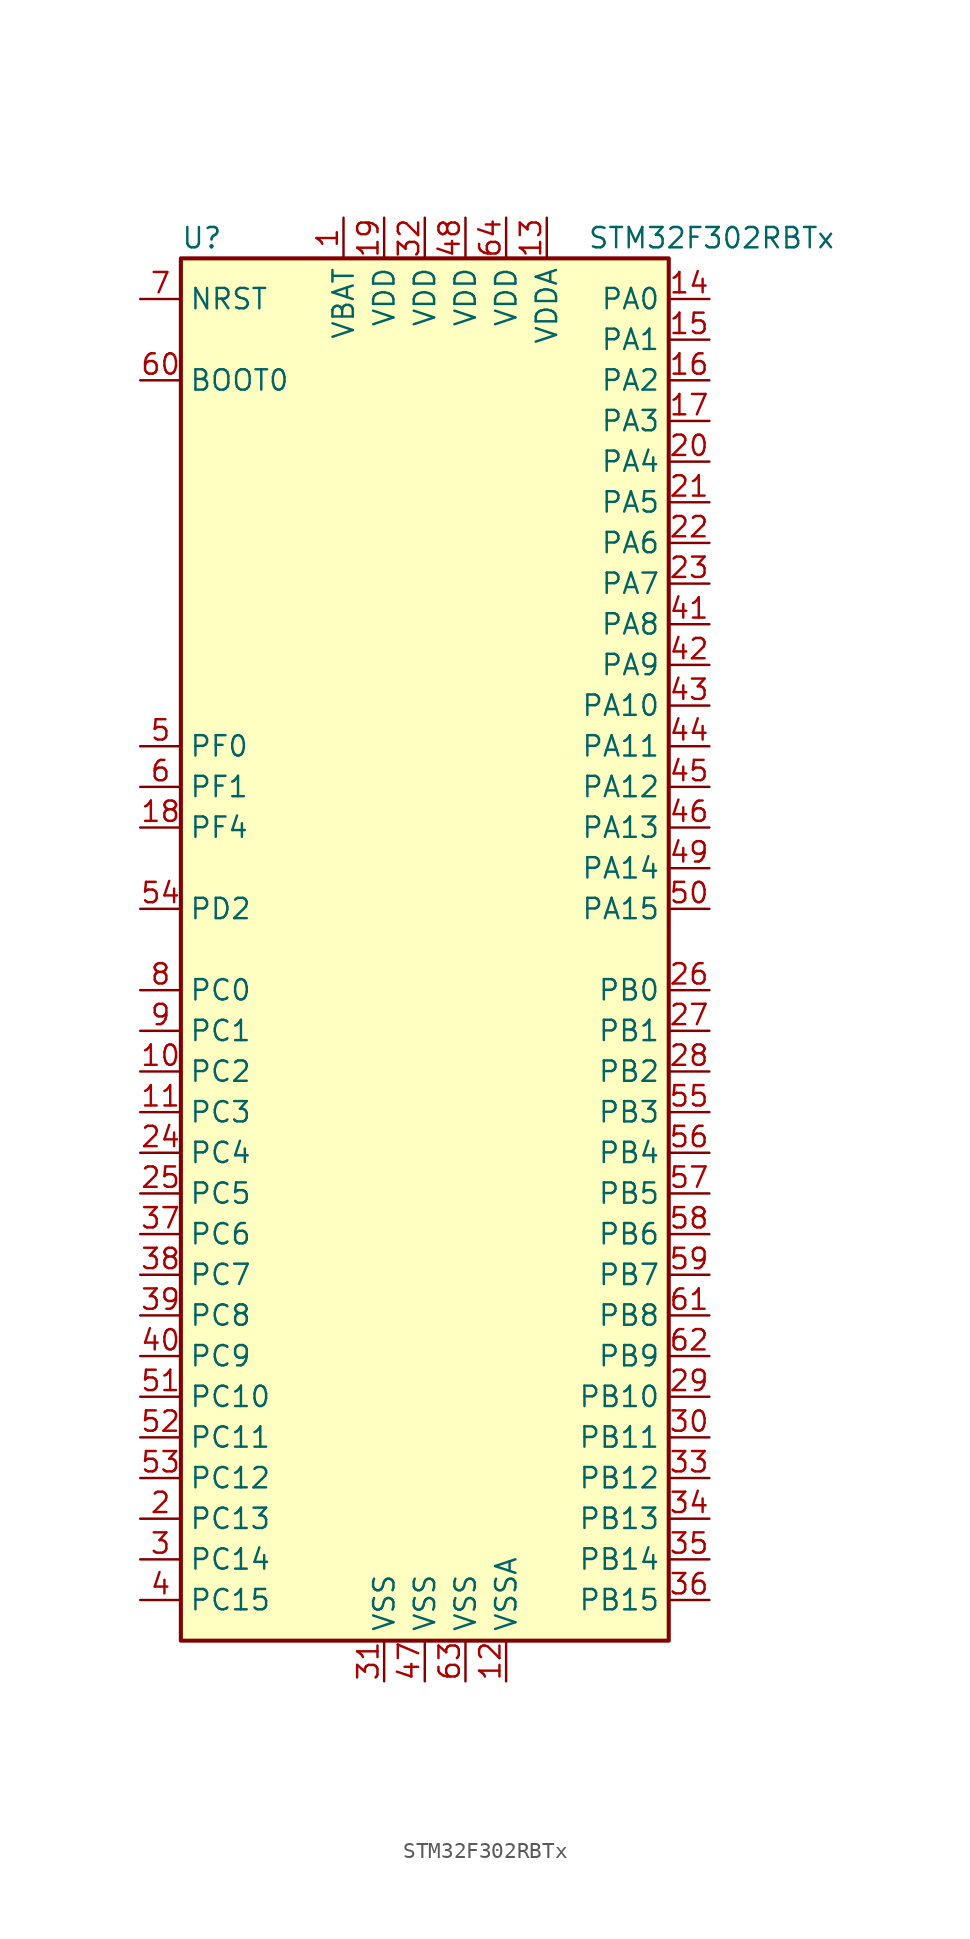
<source format=kicad_sym>
(kicad_symbol_lib
  (version 20211014)
  (generator kicad_symbol_editor)
  (symbol "STM32F302RBTx"
    (property "Reference" "U"
      (at -15.24 44.45 0)
      (effects (font (size 1.27 1.27)) (justify left)))
    (property "Value" "STM32F302RBTx"
      (at 10.16 44.45 0)
      (effects (font (size 1.27 1.27)) (justify left)))
    (symbol "STM32F302RBTx_0_1"
      (rectangle (start -15.24 -43.18) (end 15.24 43.18) (stroke (width 0.254) (type default) (color 0 0 0 0)) (fill (type background))))
    (symbol "STM32F302RBTx_1_1"
      (pin power_in line (at -5.08 45.72 270) (length 2.54) (name "VBAT" (effects (font (size 1.27 1.27)))) (number "1" (effects (font (size 1.27 1.27)))))
      (pin bidirectional line (at -17.78 -7.62 0) (length 2.54) (name "PC2" (effects (font (size 1.27 1.27)))) (number "10" (effects (font (size 1.27 1.27)))))
      (pin bidirectional line (at -17.78 -10.16 0) (length 2.54) (name "PC3" (effects (font (size 1.27 1.27)))) (number "11" (effects (font (size 1.27 1.27)))))
      (pin power_in line (at 5.08 -45.72 90) (length 2.54) (name "VSSA" (effects (font (size 1.27 1.27)))) (number "12" (effects (font (size 1.27 1.27)))))
      (pin power_in line (at 7.62 45.72 270) (length 2.54) (name "VDDA" (effects (font (size 1.27 1.27)))) (number "13" (effects (font (size 1.27 1.27)))))
      (pin bidirectional line (at 17.78 40.64 180) (length 2.54) (name "PA0" (effects (font (size 1.27 1.27)))) (number "14" (effects (font (size 1.27 1.27)))))
      (pin bidirectional line (at 17.78 38.1 180) (length 2.54) (name "PA1" (effects (font (size 1.27 1.27)))) (number "15" (effects (font (size 1.27 1.27)))))
      (pin bidirectional line (at 17.78 35.56 180) (length 2.54) (name "PA2" (effects (font (size 1.27 1.27)))) (number "16" (effects (font (size 1.27 1.27)))))
      (pin bidirectional line (at 17.78 33.02 180) (length 2.54) (name "PA3" (effects (font (size 1.27 1.27)))) (number "17" (effects (font (size 1.27 1.27)))))
      (pin bidirectional line (at -17.78 7.62 0) (length 2.54) (name "PF4" (effects (font (size 1.27 1.27)))) (number "18" (effects (font (size 1.27 1.27)))))
      (pin power_in line (at -2.54 45.72 270) (length 2.54) (name "VDD" (effects (font (size 1.27 1.27)))) (number "19" (effects (font (size 1.27 1.27)))))
      (pin bidirectional line (at -17.78 -35.56 0) (length 2.54) (name "PC13" (effects (font (size 1.27 1.27)))) (number "2" (effects (font (size 1.27 1.27)))))
      (pin bidirectional line (at 17.78 30.48 180) (length 2.54) (name "PA4" (effects (font (size 1.27 1.27)))) (number "20" (effects (font (size 1.27 1.27)))))
      (pin bidirectional line (at 17.78 27.94 180) (length 2.54) (name "PA5" (effects (font (size 1.27 1.27)))) (number "21" (effects (font (size 1.27 1.27)))))
      (pin bidirectional line (at 17.78 25.4 180) (length 2.54) (name "PA6" (effects (font (size 1.27 1.27)))) (number "22" (effects (font (size 1.27 1.27)))))
      (pin bidirectional line (at 17.78 22.86 180) (length 2.54) (name "PA7" (effects (font (size 1.27 1.27)))) (number "23" (effects (font (size 1.27 1.27)))))
      (pin bidirectional line (at -17.78 -12.7 0) (length 2.54) (name "PC4" (effects (font (size 1.27 1.27)))) (number "24" (effects (font (size 1.27 1.27)))))
      (pin bidirectional line (at -17.78 -15.24 0) (length 2.54) (name "PC5" (effects (font (size 1.27 1.27)))) (number "25" (effects (font (size 1.27 1.27)))))
      (pin bidirectional line (at 17.78 -2.54 180) (length 2.54) (name "PB0" (effects (font (size 1.27 1.27)))) (number "26" (effects (font (size 1.27 1.27)))))
      (pin bidirectional line (at 17.78 -5.08 180) (length 2.54) (name "PB1" (effects (font (size 1.27 1.27)))) (number "27" (effects (font (size 1.27 1.27)))))
      (pin bidirectional line (at 17.78 -7.62 180) (length 2.54) (name "PB2" (effects (font (size 1.27 1.27)))) (number "28" (effects (font (size 1.27 1.27)))))
      (pin bidirectional line (at 17.78 -27.94 180) (length 2.54) (name "PB10" (effects (font (size 1.27 1.27)))) (number "29" (effects (font (size 1.27 1.27)))))
      (pin bidirectional line (at -17.78 -38.1 0) (length 2.54) (name "PC14" (effects (font (size 1.27 1.27)))) (number "3" (effects (font (size 1.27 1.27)))))
      (pin bidirectional line (at 17.78 -30.48 180) (length 2.54) (name "PB11" (effects (font (size 1.27 1.27)))) (number "30" (effects (font (size 1.27 1.27)))))
      (pin power_in line (at -2.54 -45.72 90) (length 2.54) (name "VSS" (effects (font (size 1.27 1.27)))) (number "31" (effects (font (size 1.27 1.27)))))
      (pin power_in line (at 0 45.72 270) (length 2.54) (name "VDD" (effects (font (size 1.27 1.27)))) (number "32" (effects (font (size 1.27 1.27)))))
      (pin bidirectional line (at 17.78 -33.02 180) (length 2.54) (name "PB12" (effects (font (size 1.27 1.27)))) (number "33" (effects (font (size 1.27 1.27)))))
      (pin bidirectional line (at 17.78 -35.56 180) (length 2.54) (name "PB13" (effects (font (size 1.27 1.27)))) (number "34" (effects (font (size 1.27 1.27)))))
      (pin bidirectional line (at 17.78 -38.1 180) (length 2.54) (name "PB14" (effects (font (size 1.27 1.27)))) (number "35" (effects (font (size 1.27 1.27)))))
      (pin bidirectional line (at 17.78 -40.64 180) (length 2.54) (name "PB15" (effects (font (size 1.27 1.27)))) (number "36" (effects (font (size 1.27 1.27)))))
      (pin bidirectional line (at -17.78 -17.78 0) (length 2.54) (name "PC6" (effects (font (size 1.27 1.27)))) (number "37" (effects (font (size 1.27 1.27)))))
      (pin bidirectional line (at -17.78 -20.32 0) (length 2.54) (name "PC7" (effects (font (size 1.27 1.27)))) (number "38" (effects (font (size 1.27 1.27)))))
      (pin bidirectional line (at -17.78 -22.86 0) (length 2.54) (name "PC8" (effects (font (size 1.27 1.27)))) (number "39" (effects (font (size 1.27 1.27)))))
      (pin bidirectional line (at -17.78 -40.64 0) (length 2.54) (name "PC15" (effects (font (size 1.27 1.27)))) (number "4" (effects (font (size 1.27 1.27)))))
      (pin bidirectional line (at -17.78 -25.4 0) (length 2.54) (name "PC9" (effects (font (size 1.27 1.27)))) (number "40" (effects (font (size 1.27 1.27)))))
      (pin bidirectional line (at 17.78 20.32 180) (length 2.54) (name "PA8" (effects (font (size 1.27 1.27)))) (number "41" (effects (font (size 1.27 1.27)))))
      (pin bidirectional line (at 17.78 17.78 180) (length 2.54) (name "PA9" (effects (font (size 1.27 1.27)))) (number "42" (effects (font (size 1.27 1.27)))))
      (pin bidirectional line (at 17.78 15.24 180) (length 2.54) (name "PA10" (effects (font (size 1.27 1.27)))) (number "43" (effects (font (size 1.27 1.27)))))
      (pin bidirectional line (at 17.78 12.7 180) (length 2.54) (name "PA11" (effects (font (size 1.27 1.27)))) (number "44" (effects (font (size 1.27 1.27)))))
      (pin bidirectional line (at 17.78 10.16 180) (length 2.54) (name "PA12" (effects (font (size 1.27 1.27)))) (number "45" (effects (font (size 1.27 1.27)))))
      (pin bidirectional line (at 17.78 7.62 180) (length 2.54) (name "PA13" (effects (font (size 1.27 1.27)))) (number "46" (effects (font (size 1.27 1.27)))))
      (pin power_in line (at 0 -45.72 90) (length 2.54) (name "VSS" (effects (font (size 1.27 1.27)))) (number "47" (effects (font (size 1.27 1.27)))))
      (pin power_in line (at 2.54 45.72 270) (length 2.54) (name "VDD" (effects (font (size 1.27 1.27)))) (number "48" (effects (font (size 1.27 1.27)))))
      (pin bidirectional line (at 17.78 5.08 180) (length 2.54) (name "PA14" (effects (font (size 1.27 1.27)))) (number "49" (effects (font (size 1.27 1.27)))))
      (pin input line (at -17.78 12.7 0) (length 2.54) (name "PF0" (effects (font (size 1.27 1.27)))) (number "5" (effects (font (size 1.27 1.27)))))
      (pin bidirectional line (at 17.78 2.54 180) (length 2.54) (name "PA15" (effects (font (size 1.27 1.27)))) (number "50" (effects (font (size 1.27 1.27)))))
      (pin bidirectional line (at -17.78 -27.94 0) (length 2.54) (name "PC10" (effects (font (size 1.27 1.27)))) (number "51" (effects (font (size 1.27 1.27)))))
      (pin bidirectional line (at -17.78 -30.48 0) (length 2.54) (name "PC11" (effects (font (size 1.27 1.27)))) (number "52" (effects (font (size 1.27 1.27)))))
      (pin bidirectional line (at -17.78 -33.02 0) (length 2.54) (name "PC12" (effects (font (size 1.27 1.27)))) (number "53" (effects (font (size 1.27 1.27)))))
      (pin bidirectional line (at -17.78 2.54 0) (length 2.54) (name "PD2" (effects (font (size 1.27 1.27)))) (number "54" (effects (font (size 1.27 1.27)))))
      (pin bidirectional line (at 17.78 -10.16 180) (length 2.54) (name "PB3" (effects (font (size 1.27 1.27)))) (number "55" (effects (font (size 1.27 1.27)))))
      (pin bidirectional line (at 17.78 -12.7 180) (length 2.54) (name "PB4" (effects (font (size 1.27 1.27)))) (number "56" (effects (font (size 1.27 1.27)))))
      (pin bidirectional line (at 17.78 -15.24 180) (length 2.54) (name "PB5" (effects (font (size 1.27 1.27)))) (number "57" (effects (font (size 1.27 1.27)))))
      (pin bidirectional line (at 17.78 -17.78 180) (length 2.54) (name "PB6" (effects (font (size 1.27 1.27)))) (number "58" (effects (font (size 1.27 1.27)))))
      (pin bidirectional line (at 17.78 -20.32 180) (length 2.54) (name "PB7" (effects (font (size 1.27 1.27)))) (number "59" (effects (font (size 1.27 1.27)))))
      (pin input line (at -17.78 10.16 0) (length 2.54) (name "PF1" (effects (font (size 1.27 1.27)))) (number "6" (effects (font (size 1.27 1.27)))))
      (pin input line (at -17.78 35.56 0) (length 2.54) (name "BOOT0" (effects (font (size 1.27 1.27)))) (number "60" (effects (font (size 1.27 1.27)))))
      (pin bidirectional line (at 17.78 -22.86 180) (length 2.54) (name "PB8" (effects (font (size 1.27 1.27)))) (number "61" (effects (font (size 1.27 1.27)))))
      (pin bidirectional line (at 17.78 -25.4 180) (length 2.54) (name "PB9" (effects (font (size 1.27 1.27)))) (number "62" (effects (font (size 1.27 1.27)))))
      (pin power_in line (at 2.54 -45.72 90) (length 2.54) (name "VSS" (effects (font (size 1.27 1.27)))) (number "63" (effects (font (size 1.27 1.27)))))
      (pin power_in line (at 5.08 45.72 270) (length 2.54) (name "VDD" (effects (font (size 1.27 1.27)))) (number "64" (effects (font (size 1.27 1.27)))))
      (pin input line (at -17.78 40.64 0) (length 2.54) (name "NRST" (effects (font (size 1.27 1.27)))) (number "7" (effects (font (size 1.27 1.27)))))
      (pin bidirectional line (at -17.78 -2.54 0) (length 2.54) (name "PC0" (effects (font (size 1.27 1.27)))) (number "8" (effects (font (size 1.27 1.27)))))
      (pin bidirectional line (at -17.78 -5.08 0) (length 2.54) (name "PC1" (effects (font (size 1.27 1.27)))) (number "9" (effects (font (size 1.27 1.27))))))))
</source>
